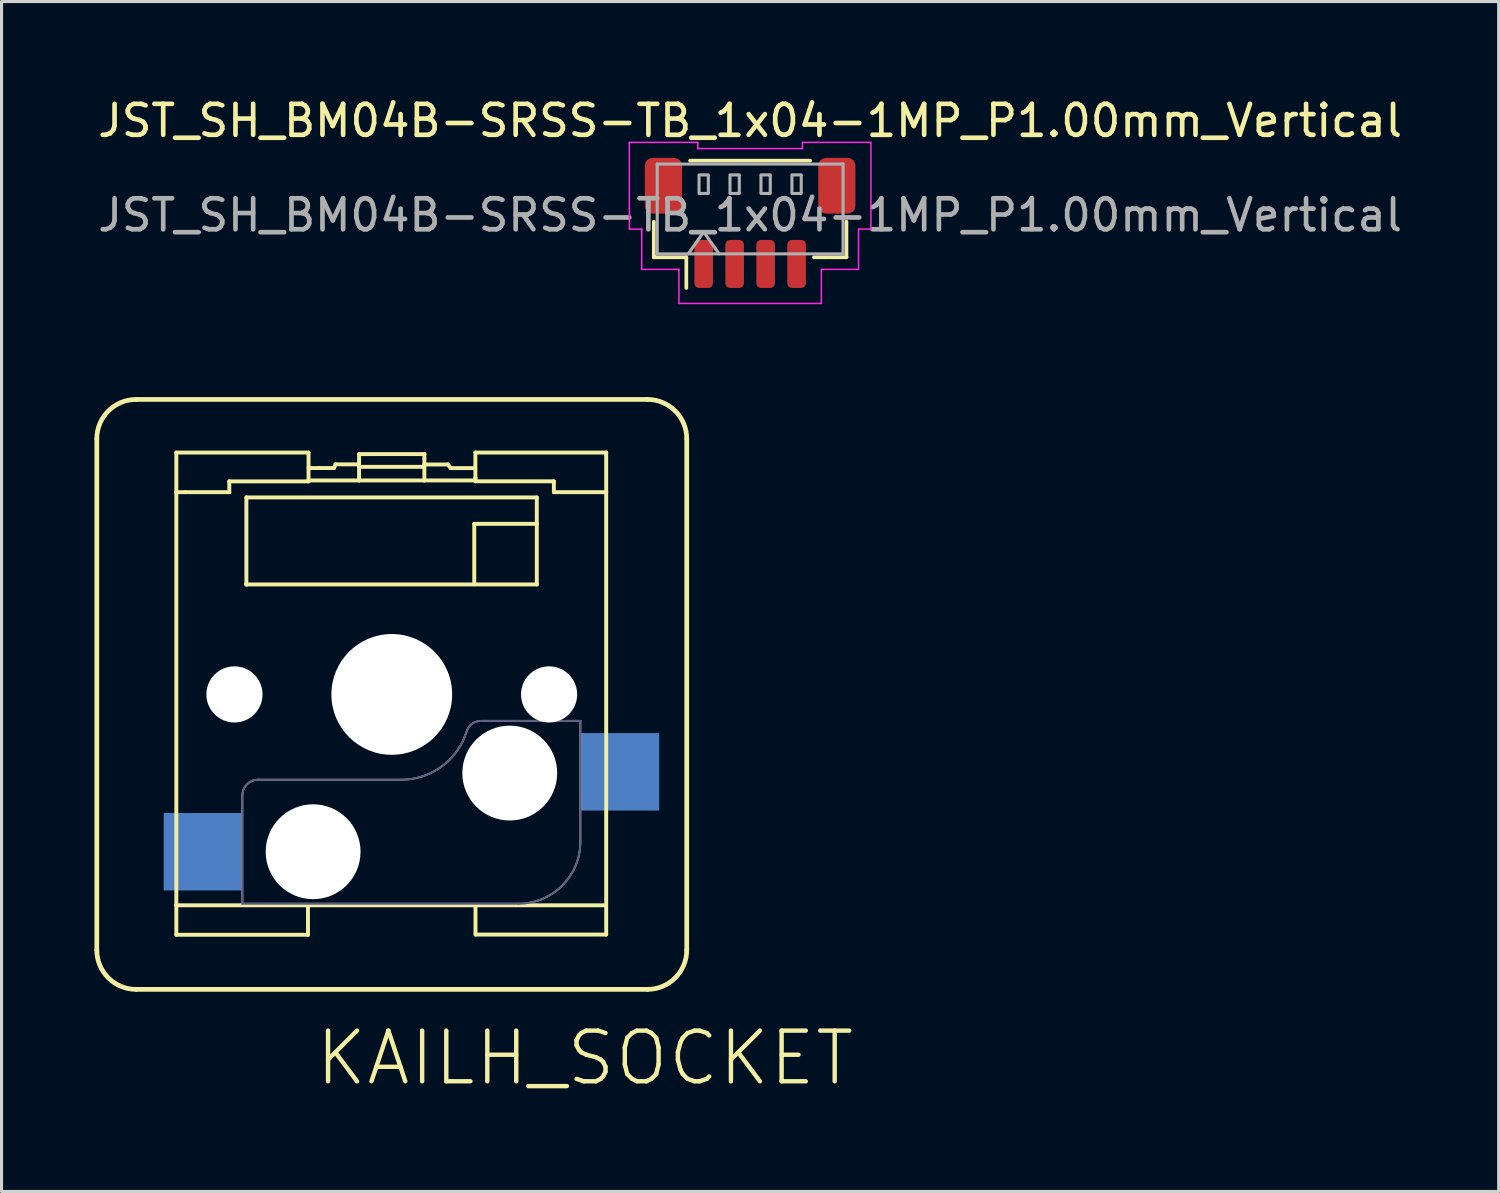
<source format=kicad_pcb>
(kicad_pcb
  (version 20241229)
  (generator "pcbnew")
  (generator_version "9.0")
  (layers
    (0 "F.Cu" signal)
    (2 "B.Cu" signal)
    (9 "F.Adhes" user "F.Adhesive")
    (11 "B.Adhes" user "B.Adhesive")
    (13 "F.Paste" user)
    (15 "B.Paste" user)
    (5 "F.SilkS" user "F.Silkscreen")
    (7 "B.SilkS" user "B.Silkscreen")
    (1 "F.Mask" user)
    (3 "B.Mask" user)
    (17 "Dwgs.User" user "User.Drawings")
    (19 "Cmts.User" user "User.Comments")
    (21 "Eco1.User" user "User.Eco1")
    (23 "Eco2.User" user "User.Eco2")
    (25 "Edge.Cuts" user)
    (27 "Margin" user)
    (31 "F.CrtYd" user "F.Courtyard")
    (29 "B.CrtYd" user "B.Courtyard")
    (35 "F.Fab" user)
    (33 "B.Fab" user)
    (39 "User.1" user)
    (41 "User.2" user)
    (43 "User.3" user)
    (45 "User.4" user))
  (footprint "JST_SH_BM04B-SRSS-TB_1x04-1MP_P1.00mm_Vertical"
    (layer "F.Cu")
    (at 21.173 4.148)
    (property "Reference" "JST_SH_BM04B-SRSS-TB_1x04-1MP_P1.00mm_Vertical" (at 0 -3.3 0) (layer "F.SilkS") (effects (font (size 1 1) (thickness 0.15))))
    (attr smd)
    (fp_line (start -3.11 -0.04) (end -3.11 1.11) (stroke (width 0.12) (type solid)) (layer "F.SilkS"))
    (fp_line (start -3.11 1.11) (end -2.06 1.11) (stroke (width 0.12) (type solid)) (layer "F.SilkS"))
    (fp_line (start -2.06 1.11) (end -2.06 2.1) (stroke (width 0.12) (type solid)) (layer "F.SilkS"))
    (fp_line (start -1.94 -2.01) (end 1.94 -2.01) (stroke (width 0.12) (type solid)) (layer "F.SilkS"))
    (fp_line (start 3.11 -0.04) (end 3.11 1.11) (stroke (width 0.12) (type solid)) (layer "F.SilkS"))
    (fp_line (start 3.11 1.11) (end 2.06 1.11) (stroke (width 0.12) (type solid)) (layer "F.SilkS"))
    (fp_line (start -3.9 -2.6) (end -1.69 -2.6) (stroke (width 0.05) (type solid)) (layer "F.CrtYd"))
    (fp_line (start -3.9 0.2) (end -3.9 -2.6) (stroke (width 0.05) (type solid)) (layer "F.CrtYd"))
    (fp_line (start -3.5 0.2) (end -3.9 0.2) (stroke (width 0.05) (type solid)) (layer "F.CrtYd"))
    (fp_line (start -3.5 1.5) (end -3.5 0.2) (stroke (width 0.05) (type solid)) (layer "F.CrtYd"))
    (fp_line (start -2.3 1.5) (end -3.5 1.5) (stroke (width 0.05) (type solid)) (layer "F.CrtYd"))
    (fp_line (start -2.3 2.6) (end -2.3 1.5) (stroke (width 0.05) (type solid)) (layer "F.CrtYd"))
    (fp_line (start -1.69 -2.6) (end -1.69 -2.4) (stroke (width 0.05) (type solid)) (layer "F.CrtYd"))
    (fp_line (start -1.69 -2.4) (end 1.69 -2.4) (stroke (width 0.05) (type solid)) (layer "F.CrtYd"))
    (fp_line (start 1.69 -2.6) (end 3.9 -2.6) (stroke (width 0.05) (type solid)) (layer "F.CrtYd"))
    (fp_line (start 1.69 -2.4) (end 1.69 -2.6) (stroke (width 0.05) (type solid)) (layer "F.CrtYd"))
    (fp_line (start 2.3 1.5) (end 2.3 2.6) (stroke (width 0.05) (type solid)) (layer "F.CrtYd"))
    (fp_line (start 2.3 2.6) (end -2.3 2.6) (stroke (width 0.05) (type solid)) (layer "F.CrtYd"))
    (fp_line (start 3.5 0.2) (end 3.5 1.5) (stroke (width 0.05) (type solid)) (layer "F.CrtYd"))
    (fp_line (start 3.5 1.5) (end 2.3 1.5) (stroke (width 0.05) (type solid)) (layer "F.CrtYd"))
    (fp_line (start 3.9 -2.6) (end 3.9 0.2) (stroke (width 0.05) (type solid)) (layer "F.CrtYd"))
    (fp_line (start 3.9 0.2) (end 3.5 0.2) (stroke (width 0.05) (type solid)) (layer "F.CrtYd"))
    (fp_line (start -3 -1.9) (end 3 -1.9) (stroke (width 0.1) (type solid)) (layer "F.Fab"))
    (fp_line (start -3 1) (end -3 -1.9) (stroke (width 0.1) (type solid)) (layer "F.Fab"))
    (fp_line (start -3 1) (end 3 1) (stroke (width 0.1) (type solid)) (layer "F.Fab"))
    (fp_line (start -2 1) (end -1.5 0.293) (stroke (width 0.1) (type solid)) (layer "F.Fab"))
    (fp_line (start -1.5 0.293) (end -1 1) (stroke (width 0.1) (type solid)) (layer "F.Fab"))
    (fp_line (start 3 1) (end 3 -1.9) (stroke (width 0.1) (type solid)) (layer "F.Fab"))
    (fp_rect (start -1.65 -1.55) (end -1.35 -0.95) (stroke (width 0.1) (type solid)) (fill no) (layer "F.Fab"))
    (fp_rect (start -0.65 -1.55) (end -0.35 -0.95) (stroke (width 0.1) (type solid)) (fill no) (layer "F.Fab"))
    (fp_rect (start 0.35 -1.55) (end 0.65 -0.95) (stroke (width 0.1) (type solid)) (fill no) (layer "F.Fab"))
    (fp_rect (start 1.35 -1.55) (end 1.65 -0.95) (stroke (width 0.1) (type solid)) (fill no) (layer "F.Fab"))
    (fp_text user "${REFERENCE}" (at 0 -0.25 0) (layer "F.Fab") (effects (font (size 1 1) (thickness 0.15))))
    (pad "1" smd roundrect (at -1.5 1.325) (size 0.6 1.55) (layers "F.Cu" "F.Mask" "F.Paste") (roundrect_rratio 0.25))
    (pad "2" smd roundrect (at -0.5 1.325) (size 0.6 1.55) (layers "F.Cu" "F.Mask" "F.Paste") (roundrect_rratio 0.25))
    (pad "3" smd roundrect (at 0.5 1.325) (size 0.6 1.55) (layers "F.Cu" "F.Mask" "F.Paste") (roundrect_rratio 0.25))
    (pad "4" smd roundrect (at 1.5 1.325) (size 0.6 1.55) (layers "F.Cu" "F.Mask" "F.Paste") (roundrect_rratio 0.25))
    (pad "5" smd roundrect (at -2.8 -1.2) (size 1.2 1.8) (layers "F.Cu" "F.Mask" "F.Paste") (roundrect_rratio 0.208))
    (pad "6" smd roundrect (at 2.8 -1.2) (size 1.2 1.8) (layers "F.Cu" "F.Mask" "F.Paste") (roundrect_rratio 0.208)))
  (footprint "KAILH_SOCKET"
    (layer "F.Cu")
    (at 9.601 19.374)
    (property "Reference" "KAILH_SOCKET" (at -2.54 12.7 0) (unlocked yes) (layer "F.SilkS") (effects (font (size 1.636 1.636) (thickness 0.142)) (justify left bottom)))
    (fp_line (start -9.525 8.255) (end -9.525 -8.255) (stroke (width 0.152) (type solid)) (layer "F.SilkS"))
    (fp_line (start -8.255 -9.525) (end 8.255 -9.525) (stroke (width 0.152) (type solid)) (layer "F.SilkS"))
    (fp_line (start -6.957 -7.809) (end -6.957 -6.531) (stroke (width 0.127) (type solid)) (layer "F.SilkS"))
    (fp_line (start -6.957 -6.531) (end -6.957 6.81) (stroke (width 0.127) (type solid)) (layer "F.SilkS"))
    (fp_line (start -6.957 6.81) (end -6.957 7.761) (stroke (width 0.127) (type solid)) (layer "F.SilkS"))
    (fp_line (start -6.957 7.761) (end -2.706 7.761) (stroke (width 0.127) (type solid)) (layer "F.SilkS"))
    (fp_line (start -6.663 -6.531) (end -6.957 -6.531) (stroke (width 0.127) (type solid)) (layer "F.SilkS"))
    (fp_line (start -6.66 -6.531) (end -5.247 -6.531) (stroke (width 0.127) (type solid)) (layer "F.SilkS"))
    (fp_line (start -5.247 -6.879) (end -2.688 -6.879) (stroke (width 0.127) (type solid)) (layer "F.SilkS"))
    (fp_line (start -5.247 -6.531) (end -5.247 -6.879) (stroke (width 0.127) (type solid)) (layer "F.SilkS"))
    (fp_line (start -4.695 -6.36) (end 4.683 -6.36) (stroke (width 0.127) (type solid)) (layer "F.SilkS"))
    (fp_line (start -4.695 -3.552) (end -4.695 -6.36) (stroke (width 0.127) (type solid)) (layer "F.SilkS"))
    (fp_line (start -4.695 -3.552) (end -4.695 -3.549) (stroke (width 0.127) (type solid)) (layer "F.SilkS"))
    (fp_line (start -2.706 6.81) (end -6.957 6.81) (stroke (width 0.127) (type solid)) (layer "F.SilkS"))
    (fp_line (start -2.706 6.81) (end 2.703 6.81) (stroke (width 0.127) (type solid)) (layer "F.SilkS"))
    (fp_line (start -2.706 7.761) (end -2.706 6.81) (stroke (width 0.127) (type solid)) (layer "F.SilkS"))
    (fp_line (start -2.688 -7.809) (end -6.957 -7.809) (stroke (width 0.127) (type solid)) (layer "F.SilkS"))
    (fp_line (start -2.688 -6.909) (end -2.688 -7.809) (stroke (width 0.127) (type solid)) (layer "F.SilkS"))
    (fp_line (start -2.688 -6.879) (end -2.688 -6.909) (stroke (width 0.127) (type solid)) (layer "F.SilkS"))
    (fp_line (start -2.334 -7.311) (end -2.685 -7.311) (stroke (width 0.127) (type solid)) (layer "F.SilkS"))
    (fp_line (start -2.331 -7.311) (end -1.869 -7.311) (stroke (width 0.127) (type solid)) (layer "F.SilkS"))
    (fp_line (start -1.869 -7.311) (end -1.869 -7.308) (stroke (width 0.127) (type solid)) (layer "F.SilkS"))
    (fp_line (start -1.818 -7.428) (end -1.869 -7.308) (stroke (width 0.127) (type solid)) (layer "F.SilkS"))
    (fp_line (start -1.056 -7.761) (end -1.056 -7.428) (stroke (width 0.127) (type solid)) (layer "F.SilkS"))
    (fp_line (start -1.056 -7.428) (end -1.818 -7.428) (stroke (width 0.127) (type solid)) (layer "F.SilkS"))
    (fp_line (start -1.056 -7.428) (end -1.056 -7.35) (stroke (width 0.127) (type solid)) (layer "F.SilkS"))
    (fp_line (start -1.056 -7.35) (end -1.056 -6.912) (stroke (width 0.127) (type solid)) (layer "F.SilkS"))
    (fp_line (start -1.056 -7.35) (end 1.041 -7.35) (stroke (width 0.127) (type solid)) (layer "F.SilkS"))
    (fp_line (start -1.056 -6.912) (end -1.053 -6.912) (stroke (width 0.127) (type solid)) (layer "F.SilkS"))
    (fp_line (start 1.053 -7.761) (end -1.056 -7.761) (stroke (width 0.127) (type solid)) (layer "F.SilkS"))
    (fp_line (start 1.053 -7.617) (end 1.053 -7.761) (stroke (width 0.127) (type solid)) (layer "F.SilkS"))
    (fp_line (start 1.053 -7.599) (end 1.053 -6.912) (stroke (width 0.127) (type solid)) (layer "F.SilkS"))
    (fp_line (start 1.053 -6.912) (end 1.05 -6.912) (stroke (width 0.127) (type solid)) (layer "F.SilkS"))
    (fp_line (start 1.059 -7.425) (end 1.059 -7.422) (stroke (width 0.127) (type solid)) (layer "F.SilkS"))
    (fp_line (start 1.818 -7.425) (end 1.059 -7.425) (stroke (width 0.127) (type solid)) (layer "F.SilkS"))
    (fp_line (start 1.818 -7.425) (end 1.905 -7.308) (stroke (width 0.127) (type solid)) (layer "F.SilkS"))
    (fp_line (start 1.905 -7.308) (end 2.691 -7.308) (stroke (width 0.127) (type solid)) (layer "F.SilkS"))
    (fp_line (start 2.664 -5.508) (end 2.664 -3.558) (stroke (width 0.127) (type solid)) (layer "F.SilkS"))
    (fp_line (start 2.7 -7.809) (end 2.7 -6.909) (stroke (width 0.127) (type solid)) (layer "F.SilkS"))
    (fp_line (start 2.7 -6.909) (end -2.688 -6.909) (stroke (width 0.127) (type solid)) (layer "F.SilkS"))
    (fp_line (start 2.703 -6.882) (end 2.703 -6.996) (stroke (width 0.127) (type solid)) (layer "F.SilkS"))
    (fp_line (start 2.703 -6.882) (end 5.235 -6.882) (stroke (width 0.127) (type solid)) (layer "F.SilkS"))
    (fp_line (start 2.703 6.81) (end 2.703 7.755) (stroke (width 0.127) (type solid)) (layer "F.SilkS"))
    (fp_line (start 2.703 6.81) (end 6.918 6.81) (stroke (width 0.127) (type solid)) (layer "F.SilkS"))
    (fp_line (start 2.712 7.755) (end 6.924 7.755) (stroke (width 0.127) (type solid)) (layer "F.SilkS"))
    (fp_line (start 4.683 -6.36) (end 4.683 -3.552) (stroke (width 0.127) (type solid)) (layer "F.SilkS"))
    (fp_line (start 4.683 -3.552) (end -4.695 -3.552) (stroke (width 0.127) (type solid)) (layer "F.SilkS"))
    (fp_line (start 4.686 -5.508) (end 2.664 -5.508) (stroke (width 0.127) (type solid)) (layer "F.SilkS"))
    (fp_line (start 5.235 -6.882) (end 5.235 -6.531) (stroke (width 0.127) (type solid)) (layer "F.SilkS"))
    (fp_line (start 5.235 -6.531) (end 6.924 -6.531) (stroke (width 0.127) (type solid)) (layer "F.SilkS"))
    (fp_line (start 6.918 6.81) (end 6.918 6.807) (stroke (width 0.127) (type solid)) (layer "F.SilkS"))
    (fp_line (start 6.924 -7.809) (end 2.7 -7.809) (stroke (width 0.127) (type solid)) (layer "F.SilkS"))
    (fp_line (start 6.924 -6.531) (end 6.924 -7.809) (stroke (width 0.127) (type solid)) (layer "F.SilkS"))
    (fp_line (start 6.924 7.755) (end 6.924 -6.531) (stroke (width 0.127) (type solid)) (layer "F.SilkS"))
    (fp_line (start 8.255 9.525) (end -8.255 9.525) (stroke (width 0.152) (type solid)) (layer "F.SilkS"))
    (fp_line (start 9.525 -8.255) (end 9.525 8.255) (stroke (width 0.152) (type solid)) (layer "F.SilkS"))
    (fp_arc (start -9.525 -8.255) (mid -9.153026 -9.153026) (end -8.255 -9.525) (stroke (width 0.1524) (type solid)) (layer "F.SilkS"))
    (fp_arc (start -8.255 9.525) (mid -9.153026 9.153026) (end -9.525 8.255) (stroke (width 0.1524) (type solid)) (layer "F.SilkS"))
    (fp_arc (start 8.255 -9.525) (mid 9.153026 -9.153026) (end 9.525 -8.255) (stroke (width 0.1524) (type solid)) (layer "F.SilkS"))
    (fp_arc (start 9.525 8.255) (mid 9.153026 9.153026) (end 8.255 9.525) (stroke (width 0.1524) (type solid)) (layer "F.SilkS"))
    (fp_line (start -4.825 3.275) (end -4.825 6.76) (stroke (width 0.06) (type solid)) (layer "B.SilkS"))
    (fp_line (start -4.825 6.76) (end 4.09 6.76) (stroke (width 0.06) (type solid)) (layer "B.SilkS"))
    (fp_line (start 0.305 2.755) (end -4.32 2.755) (stroke (width 0.06) (type solid)) (layer "B.SilkS"))
    (fp_line (start 6.09 0.855) (end 2.875 0.855) (stroke (width 0.06) (type solid)) (layer "B.SilkS"))
    (fp_line (start 6.09 4.76) (end 6.09 0.855) (stroke (width 0.06) (type solid)) (layer "B.SilkS"))
    (fp_arc (start -4.825 3.26) (mid -4.677089 2.902911) (end -4.32 2.755) (stroke (width 0.06) (type solid)) (layer "B.SilkS"))
    (fp_arc (start 2.35 1.385) (mid 2.391401 1.261178) (end 2.44 1.14) (stroke (width 0.06) (type solid)) (layer "B.SilkS"))
    (fp_arc (start 2.365 1.349999) (mid 1.551758 2.370309) (end 0.305 2.755) (stroke (width 0.06) (type solid)) (layer "B.SilkS"))
    (fp_arc (start 2.44 1.139999) (mid 2.614976 0.932594) (end 2.875 0.855) (stroke (width 0.06) (type solid)) (layer "B.SilkS"))
    (fp_arc (start 6.09 4.76) (mid 5.504214 6.174214) (end 4.09 6.76) (stroke (width 0.06) (type solid)) (layer "B.SilkS"))
    (fp_line (start -4.825 3.275) (end -4.825 6.76) (stroke (width 0.06) (type solid)) (layer "B.Fab"))
    (fp_line (start -4.825 6.76) (end 4.09 6.76) (stroke (width 0.06) (type solid)) (layer "B.Fab"))
    (fp_line (start 0.305 2.755) (end -4.32 2.755) (stroke (width 0.06) (type solid)) (layer "B.Fab"))
    (fp_line (start 6.09 0.855) (end 2.875 0.855) (stroke (width 0.06) (type solid)) (layer "B.Fab"))
    (fp_line (start 6.09 4.76) (end 6.09 0.855) (stroke (width 0.06) (type solid)) (layer "B.Fab"))
    (fp_arc (start -4.825 3.26) (mid -4.677089 2.902911) (end -4.32 2.755) (stroke (width 0.06) (type solid)) (layer "B.Fab"))
    (fp_arc (start 2.35 1.385) (mid 2.391401 1.261178) (end 2.44 1.14) (stroke (width 0.06) (type solid)) (layer "B.Fab"))
    (fp_arc (start 2.365 1.349999) (mid 1.551758 2.370309) (end 0.305 2.755) (stroke (width 0.06) (type solid)) (layer "B.Fab"))
    (fp_arc (start 2.44 1.139999) (mid 2.614976 0.932594) (end 2.875 0.855) (stroke (width 0.06) (type solid)) (layer "B.Fab"))
    (fp_arc (start 6.09 4.76) (mid 5.504214 6.174214) (end 4.09 6.76) (stroke (width 0.06) (type solid)) (layer "B.Fab"))
    (pad "" np_thru_hole circle (at -5.08 0 180) (size 1.813 1.813) (drill 1.813) (layers "*.Cu" "*.Mask"))
    (pad "" np_thru_hole circle (at -2.54 5.08 180) (size 3.063 3.063) (drill 3.063) (layers "*.Cu" "*.Mask"))
    (pad "" np_thru_hole circle (at 0 0 180) (size 3.9 3.9) (drill 3.9) (layers "*.Cu" "*.Mask"))
    (pad "" np_thru_hole circle (at 3.81 2.54 180) (size 3.063 3.063) (drill 3.063) (layers "*.Cu" "*.Mask"))
    (pad "" np_thru_hole circle (at 5.08 0 180) (size 1.813 1.813) (drill 1.813) (layers "*.Cu" "*.Mask"))
    (pad "1" smd rect (at -6.09 5.08) (size 2.55 2.5) (layers "B.Cu" "B.Mask" "B.Paste"))
    (pad "2" smd rect (at 7.36 2.5) (size 2.55 2.5) (layers "B.Cu" "B.Mask" "B.Paste")))
  (gr_rect
    (start -3 -3)
    (end 45.345 35.425)
    (stroke (width 0.1) (type default))
    (fill no)
    (layer "Edge.Cuts")))
</source>
